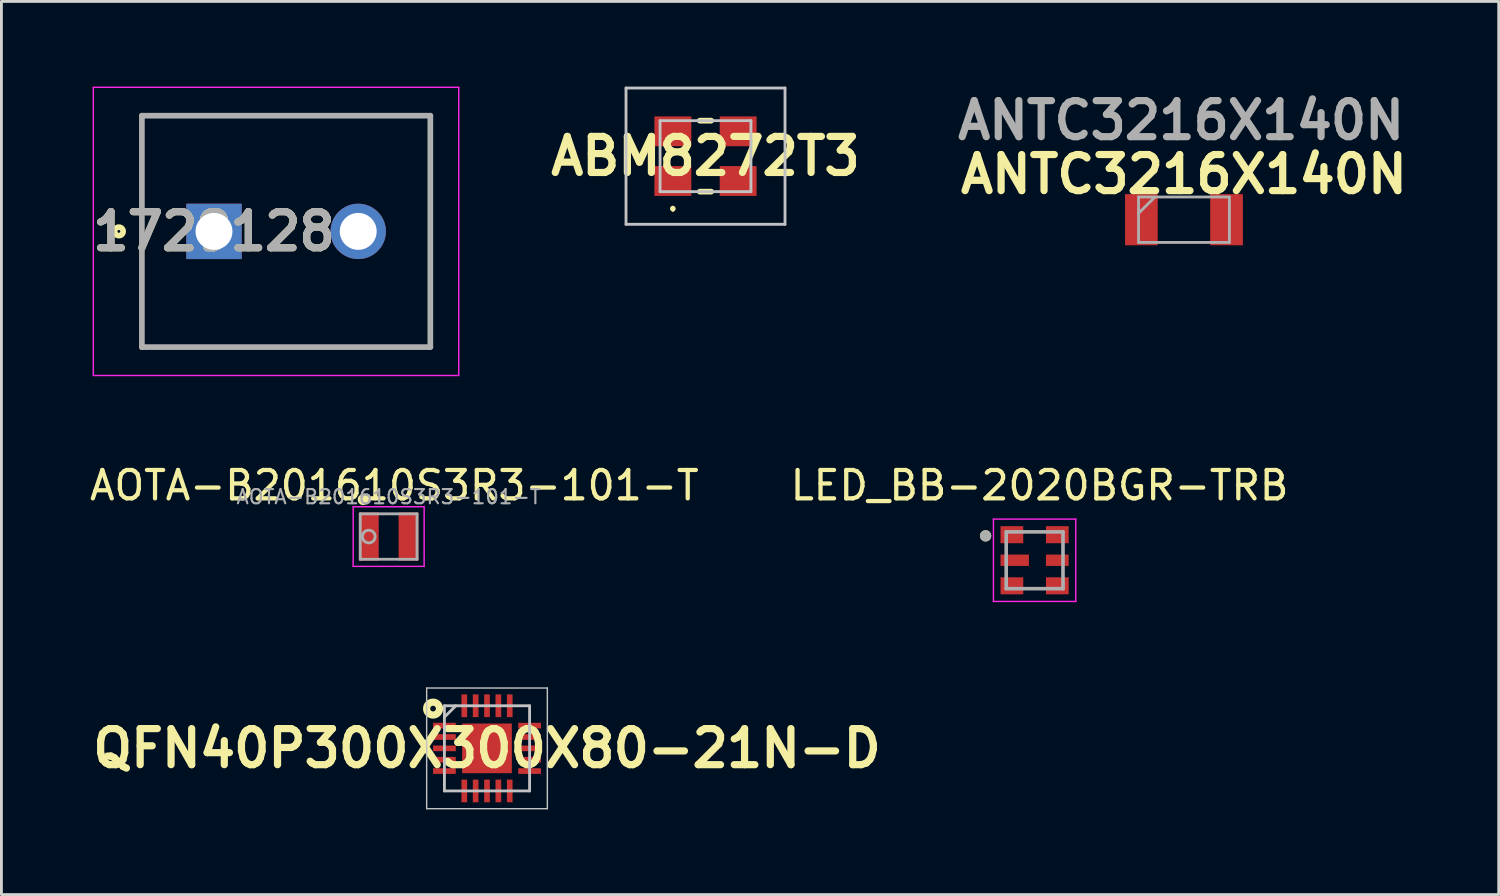
<source format=kicad_pcb>
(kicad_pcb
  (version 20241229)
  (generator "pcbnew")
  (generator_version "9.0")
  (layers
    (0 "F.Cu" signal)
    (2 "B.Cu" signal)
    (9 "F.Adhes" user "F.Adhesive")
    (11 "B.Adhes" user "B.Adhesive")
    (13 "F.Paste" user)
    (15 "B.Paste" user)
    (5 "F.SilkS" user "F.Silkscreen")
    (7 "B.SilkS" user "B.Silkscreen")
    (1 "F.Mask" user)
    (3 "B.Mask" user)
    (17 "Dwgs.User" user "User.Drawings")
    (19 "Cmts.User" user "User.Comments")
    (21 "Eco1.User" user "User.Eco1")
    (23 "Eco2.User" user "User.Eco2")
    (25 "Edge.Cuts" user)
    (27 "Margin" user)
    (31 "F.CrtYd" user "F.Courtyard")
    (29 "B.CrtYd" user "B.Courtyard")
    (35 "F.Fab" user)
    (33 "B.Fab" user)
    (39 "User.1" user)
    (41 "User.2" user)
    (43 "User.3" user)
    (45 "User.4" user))
  (footprint "AOTA-B201610S3R3-101-T"
    (layer "F.Cu")
    (at 10.639 15.848)
    (property "Reference" "AOTA-B201610S3R3-101-T" (at 0.2 -1.8 0) (layer "F.SilkS") (effects (font (size 1 1) (thickness 0.15))))
    (attr smd)
    (fp_circle (center -0.9 -1.3) (end -0.759 -1.3) (stroke (width 0.1) (type solid)) (fill yes) (layer "F.SilkS"))
    (fp_line (start -1.25 -1.05) (end -1.25 1.05) (stroke (width 0.05) (type solid)) (layer "F.CrtYd"))
    (fp_line (start -1.25 1.05) (end 1.25 1.05) (stroke (width 0.05) (type solid)) (layer "F.CrtYd"))
    (fp_line (start 1.25 -1.05) (end -1.25 -1.05) (stroke (width 0.05) (type solid)) (layer "F.CrtYd"))
    (fp_line (start 1.25 1.05) (end 1.25 -1.05) (stroke (width 0.05) (type solid)) (layer "F.CrtYd"))
    (fp_line (start -1 -0.8) (end -1 0.8) (stroke (width 0.1) (type solid)) (layer "F.Fab"))
    (fp_line (start -1 0.8) (end 1 0.8) (stroke (width 0.1) (type solid)) (layer "F.Fab"))
    (fp_line (start 1 -0.8) (end -1 -0.8) (stroke (width 0.1) (type solid)) (layer "F.Fab"))
    (fp_line (start 1 0.8) (end 1 -0.8) (stroke (width 0.1) (type solid)) (layer "F.Fab"))
    (fp_circle (center -0.7 0) (end -0.476 0) (stroke (width 0.1) (type solid)) (fill no) (layer "F.Fab"))
    (fp_text user "${REFERENCE}" (at 0 -1.4 0) (layer "F.Fab") (effects (font (size 0.5 0.5) (thickness 0.075))))
    (pad "1" smd rect (at -0.7 0) (size 0.7 1.7) (layers "F.Cu" "F.Mask" "F.Paste"))
    (pad "2" smd rect (at 0.7 0) (size 0.7 1.7) (layers "F.Cu" "F.Mask" "F.Paste")))
  (footprint "1729128"
    (layer "F.Cu")
    (at 4.487 5.1)
    (property "Reference" "1729128" (at 0 0 0) (layer "F.SilkS") (effects (font (size 1.27 1.27) (thickness 0.254))))
    (attr through_hole)
    (fp_line (start -2.54 -4.075) (end 7.62 -4.075) (stroke (width 0.1) (type solid)) (layer "F.SilkS"))
    (fp_line (start -2.54 4.075) (end -2.54 -4.075) (stroke (width 0.1) (type solid)) (layer "F.SilkS"))
    (fp_line (start 7.62 -4.075) (end 7.62 4.075) (stroke (width 0.1) (type solid)) (layer "F.SilkS"))
    (fp_line (start 7.62 4.075) (end -2.54 4.075) (stroke (width 0.1) (type solid)) (layer "F.SilkS"))
    (fp_circle (center -3.35 0) (end -3.35 0.05) (stroke (width 0.2) (type solid)) (fill no) (layer "F.SilkS"))
    (fp_line (start -4.25 -5.075) (end 8.62 -5.075) (stroke (width 0.05) (type solid)) (layer "F.CrtYd"))
    (fp_line (start -4.25 5.075) (end -4.25 -5.075) (stroke (width 0.05) (type solid)) (layer "F.CrtYd"))
    (fp_line (start 8.62 -5.075) (end 8.62 5.075) (stroke (width 0.05) (type solid)) (layer "F.CrtYd"))
    (fp_line (start 8.62 5.075) (end -4.25 5.075) (stroke (width 0.05) (type solid)) (layer "F.CrtYd"))
    (fp_line (start -2.54 -4.075) (end 7.62 -4.075) (stroke (width 0.2) (type solid)) (layer "F.Fab"))
    (fp_line (start -2.54 4.075) (end -2.54 -4.075) (stroke (width 0.2) (type solid)) (layer "F.Fab"))
    (fp_line (start 7.62 -4.075) (end 7.62 4.075) (stroke (width 0.2) (type solid)) (layer "F.Fab"))
    (fp_line (start 7.62 4.075) (end -2.54 4.075) (stroke (width 0.2) (type solid)) (layer "F.Fab"))
    (fp_text user "${REFERENCE}" (at 0 0 0) (layer "F.Fab") (effects (font (size 1.27 1.27) (thickness 0.254))))
    (pad "1" thru_hole rect (at 0 0) (size 1.95 1.95) (drill 1.3) (layers "*.Cu" "*.Mask"))
    (pad "2" thru_hole circle (at 5.08 0) (size 1.95 1.95) (drill 1.3) (layers "*.Cu" "*.Mask")))
  (footprint "ABM8272T3"
    (layer "F.Cu")
    (at 21.799 2.45)
    (property "Reference" "ABM8272T3" (at 0 0 0) (layer "F.SilkS") (effects (font (size 1.27 1.27) (thickness 0.254))))
    (attr smd)
    (fp_line (start -1.15 1.8) (end -1.15 1.8) (stroke (width 0.1) (type solid)) (layer "F.SilkS"))
    (fp_line (start -1.15 1.9) (end -1.15 1.9) (stroke (width 0.1) (type solid)) (layer "F.SilkS"))
    (fp_line (start -0.2 -1.25) (end 0.2 -1.25) (stroke (width 0.2) (type solid)) (layer "F.SilkS"))
    (fp_line (start -0.2 1.25) (end 0.2 1.25) (stroke (width 0.2) (type solid)) (layer "F.SilkS"))
    (fp_arc (start -1.15 1.8) (mid -1.1 1.85) (end -1.15 1.9) (stroke (width 0.1) (type solid)) (layer "F.SilkS"))
    (fp_arc (start -1.15 1.9) (mid -1.2 1.85) (end -1.15 1.8) (stroke (width 0.1) (type solid)) (layer "F.SilkS"))
    (fp_line (start -2.8 -2.4) (end 2.8 -2.4) (stroke (width 0.1) (type solid)) (layer "Dwgs.User"))
    (fp_line (start -2.8 2.4) (end -2.8 -2.4) (stroke (width 0.1) (type solid)) (layer "Dwgs.User"))
    (fp_line (start -1.6 -1.25) (end 1.6 -1.25) (stroke (width 0.1) (type solid)) (layer "Dwgs.User"))
    (fp_line (start -1.6 1.25) (end -1.6 -1.25) (stroke (width 0.1) (type solid)) (layer "Dwgs.User"))
    (fp_line (start 1.6 -1.25) (end 1.6 1.25) (stroke (width 0.1) (type solid)) (layer "Dwgs.User"))
    (fp_line (start 1.6 1.25) (end -1.6 1.25) (stroke (width 0.1) (type solid)) (layer "Dwgs.User"))
    (fp_line (start 2.8 -2.4) (end 2.8 2.4) (stroke (width 0.1) (type solid)) (layer "Dwgs.User"))
    (fp_line (start 2.8 2.4) (end -2.8 2.4) (stroke (width 0.1) (type solid)) (layer "Dwgs.User"))
    (pad "1" smd rect (at -1.15 0.875 90) (size 1.05 1.3) (layers "F.Cu" "F.Mask" "F.Paste"))
    (pad "2" smd rect (at 1.15 0.875 90) (size 1.05 1.3) (layers "F.Cu" "F.Mask" "F.Paste"))
    (pad "3" smd rect (at 1.15 -0.875 90) (size 1.05 1.3) (layers "F.Cu" "F.Mask" "F.Paste"))
    (pad "4" smd rect (at -1.15 -0.875 90) (size 1.05 1.3) (layers "F.Cu" "F.Mask" "F.Paste")))
  (footprint "QFN40P300X300X80-21N-D"
    (layer "F.Cu")
    (at 14.103 23.308)
    (property "Reference" "QFN40P300X300X80-21N-D" (at 0 0 0) (layer "F.SilkS") (effects (font (size 1.27 1.27) (thickness 0.254))))
    (attr smd)
    (fp_circle (center -1.9 -1.4) (end -1.8 -1.4) (stroke (width 0.254) (type solid)) (fill no) (layer "F.SilkS"))
    (fp_line (start -2.125 -2.125) (end 2.125 -2.125) (stroke (width 0.05) (type solid)) (layer "Dwgs.User"))
    (fp_line (start -2.125 2.125) (end -2.125 -2.125) (stroke (width 0.05) (type solid)) (layer "Dwgs.User"))
    (fp_line (start -1.5 -1.5) (end 1.5 -1.5) (stroke (width 0.1) (type solid)) (layer "Dwgs.User"))
    (fp_line (start -1.5 -1.1) (end -1.1 -1.5) (stroke (width 0.1) (type solid)) (layer "Dwgs.User"))
    (fp_line (start -1.5 1.5) (end -1.5 -1.5) (stroke (width 0.1) (type solid)) (layer "Dwgs.User"))
    (fp_line (start 1.5 -1.5) (end 1.5 1.5) (stroke (width 0.1) (type solid)) (layer "Dwgs.User"))
    (fp_line (start 1.5 1.5) (end -1.5 1.5) (stroke (width 0.1) (type solid)) (layer "Dwgs.User"))
    (fp_line (start 2.125 -2.125) (end 2.125 2.125) (stroke (width 0.05) (type solid)) (layer "Dwgs.User"))
    (fp_line (start 2.125 2.125) (end -2.125 2.125) (stroke (width 0.05) (type solid)) (layer "Dwgs.User"))
    (pad "1" smd rect (at -1.5 -0.8 90) (size 0.2 0.8) (layers "F.Cu" "F.Mask" "F.Paste"))
    (pad "2" smd rect (at -1.5 -0.4 90) (size 0.2 0.8) (layers "F.Cu" "F.Mask" "F.Paste"))
    (pad "3" smd rect (at -1.5 0 90) (size 0.2 0.8) (layers "F.Cu" "F.Mask" "F.Paste"))
    (pad "4" smd rect (at -1.5 0.4 90) (size 0.2 0.8) (layers "F.Cu" "F.Mask" "F.Paste"))
    (pad "5" smd rect (at -1.5 0.8 90) (size 0.2 0.8) (layers "F.Cu" "F.Mask" "F.Paste"))
    (pad "6" smd rect (at -0.8 1.5) (size 0.2 0.8) (layers "F.Cu" "F.Mask" "F.Paste"))
    (pad "7" smd rect (at -0.4 1.5) (size 0.2 0.8) (layers "F.Cu" "F.Mask" "F.Paste"))
    (pad "8" smd rect (at 0 1.5) (size 0.2 0.8) (layers "F.Cu" "F.Mask" "F.Paste"))
    (pad "9" smd rect (at 0.4 1.5) (size 0.2 0.8) (layers "F.Cu" "F.Mask" "F.Paste"))
    (pad "10" smd rect (at 0.8 1.5) (size 0.2 0.8) (layers "F.Cu" "F.Mask" "F.Paste"))
    (pad "11" smd rect (at 1.5 0.8 90) (size 0.2 0.8) (layers "F.Cu" "F.Mask" "F.Paste"))
    (pad "12" smd rect (at 1.5 0.4 90) (size 0.2 0.8) (layers "F.Cu" "F.Mask" "F.Paste"))
    (pad "13" smd rect (at 1.5 0 90) (size 0.2 0.8) (layers "F.Cu" "F.Mask" "F.Paste"))
    (pad "14" smd rect (at 1.5 -0.4 90) (size 0.2 0.8) (layers "F.Cu" "F.Mask" "F.Paste"))
    (pad "15" smd rect (at 1.5 -0.8 90) (size 0.2 0.8) (layers "F.Cu" "F.Mask" "F.Paste"))
    (pad "16" smd rect (at 0.8 -1.5) (size 0.2 0.8) (layers "F.Cu" "F.Mask" "F.Paste"))
    (pad "17" smd rect (at 0.4 -1.5) (size 0.2 0.8) (layers "F.Cu" "F.Mask" "F.Paste"))
    (pad "18" smd rect (at 0 -1.5) (size 0.2 0.8) (layers "F.Cu" "F.Mask" "F.Paste"))
    (pad "19" smd rect (at -0.4 -1.5) (size 0.2 0.8) (layers "F.Cu" "F.Mask" "F.Paste"))
    (pad "20" smd rect (at -0.8 -1.5) (size 0.2 0.8) (layers "F.Cu" "F.Mask" "F.Paste"))
    (pad "21" smd rect (at 0 0) (size 1.75 1.75) (layers "F.Cu" "F.Mask" "F.Paste")))
  (footprint "LED_BB-2020BGR-TRB"
    (layer "F.Cu")
    (at 33.39 16.683)
    (property "Reference" "LED_BB-2020BGR-TRB" (at 0.175 -2.635 0) (layer "F.SilkS") (effects (font (size 1 1) (thickness 0.15))))
    (attr smd)
    (fp_circle (center -1.725 -0.86) (end -1.625 -0.86) (stroke (width 0.2) (type solid)) (fill no) (layer "F.SilkS"))
    (fp_line (start -1.45 -1.45) (end -1.45 1.45) (stroke (width 0.05) (type solid)) (layer "F.CrtYd"))
    (fp_line (start -1.45 1.45) (end 1.45 1.45) (stroke (width 0.05) (type solid)) (layer "F.CrtYd"))
    (fp_line (start 1.45 -1.45) (end -1.45 -1.45) (stroke (width 0.05) (type solid)) (layer "F.CrtYd"))
    (fp_line (start 1.45 1.45) (end 1.45 -1.45) (stroke (width 0.05) (type solid)) (layer "F.CrtYd"))
    (fp_line (start -1 -1) (end 1 -1) (stroke (width 0.127) (type solid)) (layer "F.Fab"))
    (fp_line (start -1 1) (end -1 -1) (stroke (width 0.127) (type solid)) (layer "F.Fab"))
    (fp_line (start 1 -1) (end 1 1) (stroke (width 0.127) (type solid)) (layer "F.Fab"))
    (fp_line (start 1 1) (end -1 1) (stroke (width 0.127) (type solid)) (layer "F.Fab"))
    (fp_circle (center -1.725 -0.86) (end -1.625 -0.86) (stroke (width 0.2) (type solid)) (fill no) (layer "F.Fab"))
    (pad "1" smd rect (at -0.8 -0.9) (size 0.8 0.6) (layers "F.Cu" "F.Mask" "F.Paste"))
    (pad "2" smd rect (at -0.7 0) (size 1 0.4) (layers "F.Cu" "F.Mask" "F.Paste"))
    (pad "3" smd rect (at -0.8 0.9) (size 0.8 0.6) (layers "F.Cu" "F.Mask" "F.Paste"))
    (pad "4" smd rect (at 0.8 0.9) (size 0.8 0.6) (layers "F.Cu" "F.Mask" "F.Paste"))
    (pad "5" smd rect (at 0.8 0) (size 0.8 0.4) (layers "F.Cu" "F.Mask" "F.Paste"))
    (pad "6" smd rect (at 0.8 -0.9) (size 0.8 0.6) (layers "F.Cu" "F.Mask" "F.Paste")))
  (footprint "ANTC3216X140N"
    (layer "F.Cu")
    (at 38.651 4.689)
    (property "Reference" "ANTC3216X140N" (at 0 -1.6 0) (layer "F.SilkS") (effects (font (size 1.27 1.27) (thickness 0.254))))
    (attr smd)
    (fp_line (start -1.6 -0.8) (end 1.6 -0.8) (stroke (width 0.1) (type solid)) (layer "F.Fab"))
    (fp_line (start -1.6 -0.225) (end -1.025 -0.8) (stroke (width 0.1) (type solid)) (layer "F.Fab"))
    (fp_line (start -1.6 0.8) (end -1.6 -0.8) (stroke (width 0.1) (type solid)) (layer "F.Fab"))
    (fp_line (start 1.6 -0.8) (end 1.6 0.8) (stroke (width 0.1) (type solid)) (layer "F.Fab"))
    (fp_line (start 1.6 0.8) (end -1.6 0.8) (stroke (width 0.1) (type solid)) (layer "F.Fab"))
    (fp_text user "${REFERENCE}" (at -0.1 -3.5 0) (layer "F.Fab") (effects (font (size 1.27 1.27) (thickness 0.254))))
    (pad "1" smd rect (at -1.5 0) (size 1.15 1.8) (layers "F.Cu" "F.Mask" "F.Paste"))
    (pad "2" smd rect (at 1.5 0) (size 1.15 1.8) (layers "F.Cu" "F.Mask" "F.Paste")))
  (gr_rect
    (start -3 -3)
    (end 49.737 28.458)
    (stroke (width 0.1) (type default))
    (fill no)
    (layer "Edge.Cuts")))
</source>
